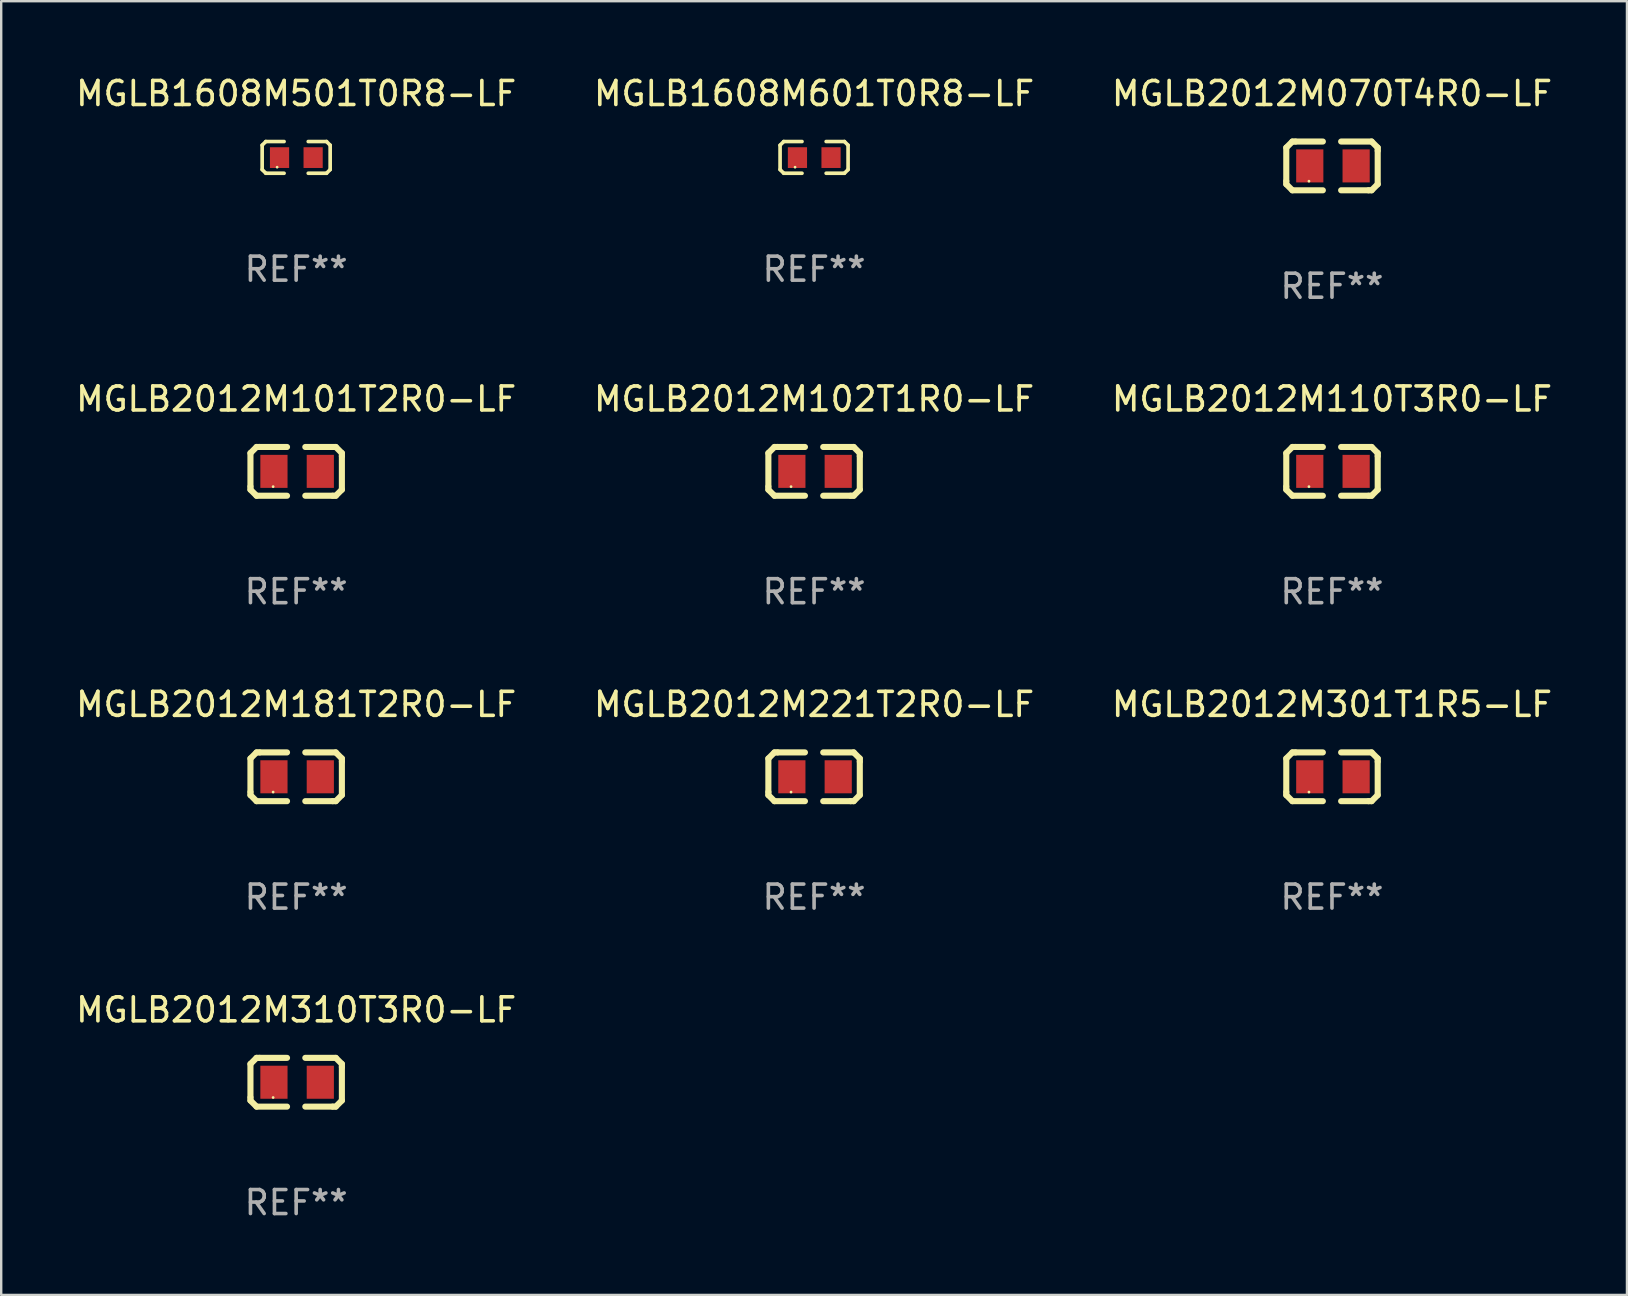
<source format=kicad_pcb>
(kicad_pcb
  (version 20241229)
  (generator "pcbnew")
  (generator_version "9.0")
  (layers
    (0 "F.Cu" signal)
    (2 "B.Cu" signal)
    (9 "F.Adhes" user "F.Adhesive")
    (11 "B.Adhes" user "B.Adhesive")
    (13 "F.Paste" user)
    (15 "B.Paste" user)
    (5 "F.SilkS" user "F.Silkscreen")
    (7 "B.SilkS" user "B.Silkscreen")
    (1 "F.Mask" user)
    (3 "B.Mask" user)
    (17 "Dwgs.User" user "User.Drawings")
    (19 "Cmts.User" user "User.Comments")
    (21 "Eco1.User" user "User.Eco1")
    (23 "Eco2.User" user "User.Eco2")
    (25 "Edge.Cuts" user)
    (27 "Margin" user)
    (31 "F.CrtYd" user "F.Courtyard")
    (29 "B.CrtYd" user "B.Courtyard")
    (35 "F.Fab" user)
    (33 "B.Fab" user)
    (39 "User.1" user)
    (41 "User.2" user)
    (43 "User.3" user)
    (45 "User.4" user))
  (footprint "MGLB2012M102T1R0-LF"
    (layer "F.Cu")
    (at 30.875 16.593)
    (property "Reference" "MGLB2012M102T1R0-LF" (at 0 -3.016 0) (layer "F.SilkS") (effects (font (size 1 1) (thickness 0.15))))
    (attr through_hole)
    (fp_line (start -1.905 -0.762) (end -1.905 0.635) (stroke (width 0.254) (type solid)) (layer "F.SilkS"))
    (fp_line (start -1.905 0.635) (end -1.905 0.762) (stroke (width 0.254) (type solid)) (layer "F.SilkS"))
    (fp_line (start -1.905 0.762) (end -1.651 1.016) (stroke (width 0.254) (type solid)) (layer "F.SilkS"))
    (fp_line (start -1.651 -1.016) (end -1.905 -0.762) (stroke (width 0.254) (type solid)) (layer "F.SilkS"))
    (fp_line (start -1.651 1.016) (end -0.381 1.016) (stroke (width 0.254) (type solid)) (layer "F.SilkS"))
    (fp_line (start -1.524 -1.016) (end -1.651 -1.016) (stroke (width 0.254) (type solid)) (layer "F.SilkS"))
    (fp_line (start -0.381 -1.016) (end -1.524 -1.016) (stroke (width 0.254) (type solid)) (layer "F.SilkS"))
    (fp_line (start 0.381 1.016) (end 1.524 1.016) (stroke (width 0.254) (type solid)) (layer "F.SilkS"))
    (fp_line (start 1.524 1.016) (end 1.651 1.016) (stroke (width 0.254) (type solid)) (layer "F.SilkS"))
    (fp_line (start 1.651 -1.016) (end 0.381 -1.016) (stroke (width 0.254) (type solid)) (layer "F.SilkS"))
    (fp_line (start 1.651 1.016) (end 1.905 0.762) (stroke (width 0.254) (type solid)) (layer "F.SilkS"))
    (fp_line (start 1.905 -0.762) (end 1.651 -1.016) (stroke (width 0.254) (type solid)) (layer "F.SilkS"))
    (fp_line (start 1.905 -0.635) (end 1.905 -0.762) (stroke (width 0.254) (type solid)) (layer "F.SilkS"))
    (fp_line (start 1.905 0.762) (end 1.905 -0.635) (stroke (width 0.254) (type solid)) (layer "F.SilkS"))
    (fp_circle (center -0.96 0.637) (end -0.93 0.637) (stroke (width 0.06) (type solid)) (fill no) (layer "F.SilkS"))
    (fp_text user "REF**" (at 0 5.016 0) (layer "F.Fab") (effects (font (size 1 1) (thickness 0.15))))
    (pad "1" smd rect (at -0.926 -0.000051) (size 1.133 1.377) (layers "F.Cu" "F.Mask" "F.Paste"))
    (pad "2" smd rect (at 1.006 -0.000051) (size 1.133 1.377) (layers "F.Cu" "F.Mask" "F.Paste")))
  (footprint "MGLB2012M310T3R0-LF"
    (layer "F.Cu")
    (at 9.292 42.05)
    (property "Reference" "MGLB2012M310T3R0-LF" (at 0 -3.016 0) (layer "F.SilkS") (effects (font (size 1 1) (thickness 0.15))))
    (attr through_hole)
    (fp_line (start -1.905 -0.762) (end -1.905 0.635) (stroke (width 0.254) (type solid)) (layer "F.SilkS"))
    (fp_line (start -1.905 0.635) (end -1.905 0.762) (stroke (width 0.254) (type solid)) (layer "F.SilkS"))
    (fp_line (start -1.905 0.762) (end -1.651 1.016) (stroke (width 0.254) (type solid)) (layer "F.SilkS"))
    (fp_line (start -1.651 -1.016) (end -1.905 -0.762) (stroke (width 0.254) (type solid)) (layer "F.SilkS"))
    (fp_line (start -1.651 1.016) (end -0.381 1.016) (stroke (width 0.254) (type solid)) (layer "F.SilkS"))
    (fp_line (start -1.524 -1.016) (end -1.651 -1.016) (stroke (width 0.254) (type solid)) (layer "F.SilkS"))
    (fp_line (start -0.381 -1.016) (end -1.524 -1.016) (stroke (width 0.254) (type solid)) (layer "F.SilkS"))
    (fp_line (start 0.381 1.016) (end 1.524 1.016) (stroke (width 0.254) (type solid)) (layer "F.SilkS"))
    (fp_line (start 1.524 1.016) (end 1.651 1.016) (stroke (width 0.254) (type solid)) (layer "F.SilkS"))
    (fp_line (start 1.651 -1.016) (end 0.381 -1.016) (stroke (width 0.254) (type solid)) (layer "F.SilkS"))
    (fp_line (start 1.651 1.016) (end 1.905 0.762) (stroke (width 0.254) (type solid)) (layer "F.SilkS"))
    (fp_line (start 1.905 -0.762) (end 1.651 -1.016) (stroke (width 0.254) (type solid)) (layer "F.SilkS"))
    (fp_line (start 1.905 -0.635) (end 1.905 -0.762) (stroke (width 0.254) (type solid)) (layer "F.SilkS"))
    (fp_line (start 1.905 0.762) (end 1.905 -0.635) (stroke (width 0.254) (type solid)) (layer "F.SilkS"))
    (fp_circle (center -0.96 0.637) (end -0.93 0.637) (stroke (width 0.06) (type solid)) (fill no) (layer "F.SilkS"))
    (fp_text user "REF**" (at 0 5.016 0) (layer "F.Fab") (effects (font (size 1 1) (thickness 0.15))))
    (pad "1" smd rect (at -0.926 -0.000051) (size 1.133 1.377) (layers "F.Cu" "F.Mask" "F.Paste"))
    (pad "2" smd rect (at 1.006 -0.000051) (size 1.133 1.377) (layers "F.Cu" "F.Mask" "F.Paste")))
  (footprint "MGLB2012M110T3R0-LF"
    (layer "F.Cu")
    (at 52.458 16.593)
    (property "Reference" "MGLB2012M110T3R0-LF" (at 0 -3.016 0) (layer "F.SilkS") (effects (font (size 1 1) (thickness 0.15))))
    (attr through_hole)
    (fp_line (start -1.905 -0.762) (end -1.905 0.635) (stroke (width 0.254) (type solid)) (layer "F.SilkS"))
    (fp_line (start -1.905 0.635) (end -1.905 0.762) (stroke (width 0.254) (type solid)) (layer "F.SilkS"))
    (fp_line (start -1.905 0.762) (end -1.651 1.016) (stroke (width 0.254) (type solid)) (layer "F.SilkS"))
    (fp_line (start -1.651 -1.016) (end -1.905 -0.762) (stroke (width 0.254) (type solid)) (layer "F.SilkS"))
    (fp_line (start -1.651 1.016) (end -0.381 1.016) (stroke (width 0.254) (type solid)) (layer "F.SilkS"))
    (fp_line (start -1.524 -1.016) (end -1.651 -1.016) (stroke (width 0.254) (type solid)) (layer "F.SilkS"))
    (fp_line (start -0.381 -1.016) (end -1.524 -1.016) (stroke (width 0.254) (type solid)) (layer "F.SilkS"))
    (fp_line (start 0.381 1.016) (end 1.524 1.016) (stroke (width 0.254) (type solid)) (layer "F.SilkS"))
    (fp_line (start 1.524 1.016) (end 1.651 1.016) (stroke (width 0.254) (type solid)) (layer "F.SilkS"))
    (fp_line (start 1.651 -1.016) (end 0.381 -1.016) (stroke (width 0.254) (type solid)) (layer "F.SilkS"))
    (fp_line (start 1.651 1.016) (end 1.905 0.762) (stroke (width 0.254) (type solid)) (layer "F.SilkS"))
    (fp_line (start 1.905 -0.762) (end 1.651 -1.016) (stroke (width 0.254) (type solid)) (layer "F.SilkS"))
    (fp_line (start 1.905 -0.635) (end 1.905 -0.762) (stroke (width 0.254) (type solid)) (layer "F.SilkS"))
    (fp_line (start 1.905 0.762) (end 1.905 -0.635) (stroke (width 0.254) (type solid)) (layer "F.SilkS"))
    (fp_circle (center -0.96 0.637) (end -0.93 0.637) (stroke (width 0.06) (type solid)) (fill no) (layer "F.SilkS"))
    (fp_text user "REF**" (at 0 5.016 0) (layer "F.Fab") (effects (font (size 1 1) (thickness 0.15))))
    (pad "1" smd rect (at -0.926 -0.000051) (size 1.133 1.377) (layers "F.Cu" "F.Mask" "F.Paste"))
    (pad "2" smd rect (at 1.006 -0.000051) (size 1.133 1.377) (layers "F.Cu" "F.Mask" "F.Paste")))
  (footprint "MGLB1608M501T0R8-LF"
    (layer "F.Cu")
    (at 9.292 3.509)
    (property "Reference" "MGLB1608M501T0R8-LF" (at 0 -2.661 0) (layer "F.SilkS") (effects (font (size 1 1) (thickness 0.15))))
    (attr through_hole)
    (fp_line (start -1.417 -0.508) (end -1.265 -0.661) (stroke (width 0.152) (type solid)) (layer "F.SilkS"))
    (fp_line (start -1.417 0.508) (end -1.417 -0.508) (stroke (width 0.152) (type solid)) (layer "F.SilkS"))
    (fp_line (start -1.265 -0.661) (end -0.503 -0.661) (stroke (width 0.152) (type solid)) (layer "F.SilkS"))
    (fp_line (start -1.265 0.661) (end -1.417 0.508) (stroke (width 0.152) (type solid)) (layer "F.SilkS"))
    (fp_line (start -1.265 0.661) (end -0.503 0.661) (stroke (width 0.152) (type solid)) (layer "F.SilkS"))
    (fp_line (start 1.265 -0.661) (end 0.503 -0.661) (stroke (width 0.152) (type solid)) (layer "F.SilkS"))
    (fp_line (start 1.265 -0.661) (end 1.417 -0.508) (stroke (width 0.152) (type solid)) (layer "F.SilkS"))
    (fp_line (start 1.265 0.661) (end 0.503 0.661) (stroke (width 0.152) (type solid)) (layer "F.SilkS"))
    (fp_line (start 1.417 -0.508) (end 1.417 0.508) (stroke (width 0.152) (type solid)) (layer "F.SilkS"))
    (fp_line (start 1.417 0.508) (end 1.265 0.661) (stroke (width 0.152) (type solid)) (layer "F.SilkS"))
    (fp_circle (center -0.793 0.409) (end -0.763 0.409) (stroke (width 0.06) (type solid)) (fill no) (layer "F.SilkS"))
    (fp_text user "REF**" (at 0 4.661 0) (layer "F.Fab") (effects (font (size 1 1) (thickness 0.15))))
    (pad "1" smd rect (at -0.693 0.009 180) (size 0.8 0.864) (layers "F.Cu" "F.Mask" "F.Paste"))
    (pad "2" smd rect (at 0.707 0.009 180) (size 0.8 0.864) (layers "F.Cu" "F.Mask" "F.Paste")))
  (footprint "MGLB2012M181T2R0-LF"
    (layer "F.Cu")
    (at 9.292 29.321)
    (property "Reference" "MGLB2012M181T2R0-LF" (at 0 -3.016 0) (layer "F.SilkS") (effects (font (size 1 1) (thickness 0.15))))
    (attr through_hole)
    (fp_line (start -1.905 -0.762) (end -1.905 0.635) (stroke (width 0.254) (type solid)) (layer "F.SilkS"))
    (fp_line (start -1.905 0.635) (end -1.905 0.762) (stroke (width 0.254) (type solid)) (layer "F.SilkS"))
    (fp_line (start -1.905 0.762) (end -1.651 1.016) (stroke (width 0.254) (type solid)) (layer "F.SilkS"))
    (fp_line (start -1.651 -1.016) (end -1.905 -0.762) (stroke (width 0.254) (type solid)) (layer "F.SilkS"))
    (fp_line (start -1.651 1.016) (end -0.381 1.016) (stroke (width 0.254) (type solid)) (layer "F.SilkS"))
    (fp_line (start -1.524 -1.016) (end -1.651 -1.016) (stroke (width 0.254) (type solid)) (layer "F.SilkS"))
    (fp_line (start -0.381 -1.016) (end -1.524 -1.016) (stroke (width 0.254) (type solid)) (layer "F.SilkS"))
    (fp_line (start 0.381 1.016) (end 1.524 1.016) (stroke (width 0.254) (type solid)) (layer "F.SilkS"))
    (fp_line (start 1.524 1.016) (end 1.651 1.016) (stroke (width 0.254) (type solid)) (layer "F.SilkS"))
    (fp_line (start 1.651 -1.016) (end 0.381 -1.016) (stroke (width 0.254) (type solid)) (layer "F.SilkS"))
    (fp_line (start 1.651 1.016) (end 1.905 0.762) (stroke (width 0.254) (type solid)) (layer "F.SilkS"))
    (fp_line (start 1.905 -0.762) (end 1.651 -1.016) (stroke (width 0.254) (type solid)) (layer "F.SilkS"))
    (fp_line (start 1.905 -0.635) (end 1.905 -0.762) (stroke (width 0.254) (type solid)) (layer "F.SilkS"))
    (fp_line (start 1.905 0.762) (end 1.905 -0.635) (stroke (width 0.254) (type solid)) (layer "F.SilkS"))
    (fp_circle (center -0.96 0.637) (end -0.93 0.637) (stroke (width 0.06) (type solid)) (fill no) (layer "F.SilkS"))
    (fp_text user "REF**" (at 0 5.016 0) (layer "F.Fab") (effects (font (size 1 1) (thickness 0.15))))
    (pad "1" smd rect (at -0.926 -0.000051) (size 1.133 1.377) (layers "F.Cu" "F.Mask" "F.Paste"))
    (pad "2" smd rect (at 1.006 -0.000051) (size 1.133 1.377) (layers "F.Cu" "F.Mask" "F.Paste")))
  (footprint "MGLB2012M070T4R0-LF"
    (layer "F.Cu")
    (at 52.458 3.864)
    (property "Reference" "MGLB2012M070T4R0-LF" (at 0 -3.016 0) (layer "F.SilkS") (effects (font (size 1 1) (thickness 0.15))))
    (attr through_hole)
    (fp_line (start -1.905 -0.762) (end -1.905 0.635) (stroke (width 0.254) (type solid)) (layer "F.SilkS"))
    (fp_line (start -1.905 0.635) (end -1.905 0.762) (stroke (width 0.254) (type solid)) (layer "F.SilkS"))
    (fp_line (start -1.905 0.762) (end -1.651 1.016) (stroke (width 0.254) (type solid)) (layer "F.SilkS"))
    (fp_line (start -1.651 -1.016) (end -1.905 -0.762) (stroke (width 0.254) (type solid)) (layer "F.SilkS"))
    (fp_line (start -1.651 1.016) (end -0.381 1.016) (stroke (width 0.254) (type solid)) (layer "F.SilkS"))
    (fp_line (start -1.524 -1.016) (end -1.651 -1.016) (stroke (width 0.254) (type solid)) (layer "F.SilkS"))
    (fp_line (start -0.381 -1.016) (end -1.524 -1.016) (stroke (width 0.254) (type solid)) (layer "F.SilkS"))
    (fp_line (start 0.381 1.016) (end 1.524 1.016) (stroke (width 0.254) (type solid)) (layer "F.SilkS"))
    (fp_line (start 1.524 1.016) (end 1.651 1.016) (stroke (width 0.254) (type solid)) (layer "F.SilkS"))
    (fp_line (start 1.651 -1.016) (end 0.381 -1.016) (stroke (width 0.254) (type solid)) (layer "F.SilkS"))
    (fp_line (start 1.651 1.016) (end 1.905 0.762) (stroke (width 0.254) (type solid)) (layer "F.SilkS"))
    (fp_line (start 1.905 -0.762) (end 1.651 -1.016) (stroke (width 0.254) (type solid)) (layer "F.SilkS"))
    (fp_line (start 1.905 -0.635) (end 1.905 -0.762) (stroke (width 0.254) (type solid)) (layer "F.SilkS"))
    (fp_line (start 1.905 0.762) (end 1.905 -0.635) (stroke (width 0.254) (type solid)) (layer "F.SilkS"))
    (fp_circle (center -0.96 0.637) (end -0.93 0.637) (stroke (width 0.06) (type solid)) (fill no) (layer "F.SilkS"))
    (fp_text user "REF**" (at 0 5.016 0) (layer "F.Fab") (effects (font (size 1 1) (thickness 0.15))))
    (pad "1" smd rect (at -0.926 -0.000051) (size 1.133 1.377) (layers "F.Cu" "F.Mask" "F.Paste"))
    (pad "2" smd rect (at 1.006 -0.000051) (size 1.133 1.377) (layers "F.Cu" "F.Mask" "F.Paste")))
  (footprint "MGLB2012M221T2R0-LF"
    (layer "F.Cu")
    (at 30.875 29.321)
    (property "Reference" "MGLB2012M221T2R0-LF" (at 0 -3.016 0) (layer "F.SilkS") (effects (font (size 1 1) (thickness 0.15))))
    (attr through_hole)
    (fp_line (start -1.905 -0.762) (end -1.905 0.635) (stroke (width 0.254) (type solid)) (layer "F.SilkS"))
    (fp_line (start -1.905 0.635) (end -1.905 0.762) (stroke (width 0.254) (type solid)) (layer "F.SilkS"))
    (fp_line (start -1.905 0.762) (end -1.651 1.016) (stroke (width 0.254) (type solid)) (layer "F.SilkS"))
    (fp_line (start -1.651 -1.016) (end -1.905 -0.762) (stroke (width 0.254) (type solid)) (layer "F.SilkS"))
    (fp_line (start -1.651 1.016) (end -0.381 1.016) (stroke (width 0.254) (type solid)) (layer "F.SilkS"))
    (fp_line (start -1.524 -1.016) (end -1.651 -1.016) (stroke (width 0.254) (type solid)) (layer "F.SilkS"))
    (fp_line (start -0.381 -1.016) (end -1.524 -1.016) (stroke (width 0.254) (type solid)) (layer "F.SilkS"))
    (fp_line (start 0.381 1.016) (end 1.524 1.016) (stroke (width 0.254) (type solid)) (layer "F.SilkS"))
    (fp_line (start 1.524 1.016) (end 1.651 1.016) (stroke (width 0.254) (type solid)) (layer "F.SilkS"))
    (fp_line (start 1.651 -1.016) (end 0.381 -1.016) (stroke (width 0.254) (type solid)) (layer "F.SilkS"))
    (fp_line (start 1.651 1.016) (end 1.905 0.762) (stroke (width 0.254) (type solid)) (layer "F.SilkS"))
    (fp_line (start 1.905 -0.762) (end 1.651 -1.016) (stroke (width 0.254) (type solid)) (layer "F.SilkS"))
    (fp_line (start 1.905 -0.635) (end 1.905 -0.762) (stroke (width 0.254) (type solid)) (layer "F.SilkS"))
    (fp_line (start 1.905 0.762) (end 1.905 -0.635) (stroke (width 0.254) (type solid)) (layer "F.SilkS"))
    (fp_circle (center -0.96 0.637) (end -0.93 0.637) (stroke (width 0.06) (type solid)) (fill no) (layer "F.SilkS"))
    (fp_text user "REF**" (at 0 5.016 0) (layer "F.Fab") (effects (font (size 1 1) (thickness 0.15))))
    (pad "1" smd rect (at -0.926 -0.000051) (size 1.133 1.377) (layers "F.Cu" "F.Mask" "F.Paste"))
    (pad "2" smd rect (at 1.006 -0.000051) (size 1.133 1.377) (layers "F.Cu" "F.Mask" "F.Paste")))
  (footprint "MGLB2012M101T2R0-LF"
    (layer "F.Cu")
    (at 9.292 16.593)
    (property "Reference" "MGLB2012M101T2R0-LF" (at 0 -3.016 0) (layer "F.SilkS") (effects (font (size 1 1) (thickness 0.15))))
    (attr through_hole)
    (fp_line (start -1.905 -0.762) (end -1.905 0.635) (stroke (width 0.254) (type solid)) (layer "F.SilkS"))
    (fp_line (start -1.905 0.635) (end -1.905 0.762) (stroke (width 0.254) (type solid)) (layer "F.SilkS"))
    (fp_line (start -1.905 0.762) (end -1.651 1.016) (stroke (width 0.254) (type solid)) (layer "F.SilkS"))
    (fp_line (start -1.651 -1.016) (end -1.905 -0.762) (stroke (width 0.254) (type solid)) (layer "F.SilkS"))
    (fp_line (start -1.651 1.016) (end -0.381 1.016) (stroke (width 0.254) (type solid)) (layer "F.SilkS"))
    (fp_line (start -1.524 -1.016) (end -1.651 -1.016) (stroke (width 0.254) (type solid)) (layer "F.SilkS"))
    (fp_line (start -0.381 -1.016) (end -1.524 -1.016) (stroke (width 0.254) (type solid)) (layer "F.SilkS"))
    (fp_line (start 0.381 1.016) (end 1.524 1.016) (stroke (width 0.254) (type solid)) (layer "F.SilkS"))
    (fp_line (start 1.524 1.016) (end 1.651 1.016) (stroke (width 0.254) (type solid)) (layer "F.SilkS"))
    (fp_line (start 1.651 -1.016) (end 0.381 -1.016) (stroke (width 0.254) (type solid)) (layer "F.SilkS"))
    (fp_line (start 1.651 1.016) (end 1.905 0.762) (stroke (width 0.254) (type solid)) (layer "F.SilkS"))
    (fp_line (start 1.905 -0.762) (end 1.651 -1.016) (stroke (width 0.254) (type solid)) (layer "F.SilkS"))
    (fp_line (start 1.905 -0.635) (end 1.905 -0.762) (stroke (width 0.254) (type solid)) (layer "F.SilkS"))
    (fp_line (start 1.905 0.762) (end 1.905 -0.635) (stroke (width 0.254) (type solid)) (layer "F.SilkS"))
    (fp_circle (center -0.96 0.637) (end -0.93 0.637) (stroke (width 0.06) (type solid)) (fill no) (layer "F.SilkS"))
    (fp_text user "REF**" (at 0 5.016 0) (layer "F.Fab") (effects (font (size 1 1) (thickness 0.15))))
    (pad "1" smd rect (at -0.926 -0.000051) (size 1.133 1.377) (layers "F.Cu" "F.Mask" "F.Paste"))
    (pad "2" smd rect (at 1.006 -0.000051) (size 1.133 1.377) (layers "F.Cu" "F.Mask" "F.Paste")))
  (footprint "MGLB1608M601T0R8-LF"
    (layer "F.Cu")
    (at 30.875 3.509)
    (property "Reference" "MGLB1608M601T0R8-LF" (at 0 -2.661 0) (layer "F.SilkS") (effects (font (size 1 1) (thickness 0.15))))
    (attr through_hole)
    (fp_line (start -1.417 -0.508) (end -1.265 -0.661) (stroke (width 0.152) (type solid)) (layer "F.SilkS"))
    (fp_line (start -1.417 0.508) (end -1.417 -0.508) (stroke (width 0.152) (type solid)) (layer "F.SilkS"))
    (fp_line (start -1.265 -0.661) (end -0.503 -0.661) (stroke (width 0.152) (type solid)) (layer "F.SilkS"))
    (fp_line (start -1.265 0.661) (end -1.417 0.508) (stroke (width 0.152) (type solid)) (layer "F.SilkS"))
    (fp_line (start -1.265 0.661) (end -0.503 0.661) (stroke (width 0.152) (type solid)) (layer "F.SilkS"))
    (fp_line (start 1.265 -0.661) (end 0.503 -0.661) (stroke (width 0.152) (type solid)) (layer "F.SilkS"))
    (fp_line (start 1.265 -0.661) (end 1.417 -0.508) (stroke (width 0.152) (type solid)) (layer "F.SilkS"))
    (fp_line (start 1.265 0.661) (end 0.503 0.661) (stroke (width 0.152) (type solid)) (layer "F.SilkS"))
    (fp_line (start 1.417 -0.508) (end 1.417 0.508) (stroke (width 0.152) (type solid)) (layer "F.SilkS"))
    (fp_line (start 1.417 0.508) (end 1.265 0.661) (stroke (width 0.152) (type solid)) (layer "F.SilkS"))
    (fp_circle (center -0.793 0.409) (end -0.763 0.409) (stroke (width 0.06) (type solid)) (fill no) (layer "F.SilkS"))
    (fp_text user "REF**" (at 0 4.661 0) (layer "F.Fab") (effects (font (size 1 1) (thickness 0.15))))
    (pad "1" smd rect (at -0.693 0.009 180) (size 0.8 0.864) (layers "F.Cu" "F.Mask" "F.Paste"))
    (pad "2" smd rect (at 0.707 0.009 180) (size 0.8 0.864) (layers "F.Cu" "F.Mask" "F.Paste")))
  (footprint "MGLB2012M301T1R5-LF"
    (layer "F.Cu")
    (at 52.458 29.321)
    (property "Reference" "MGLB2012M301T1R5-LF" (at 0 -3.016 0) (layer "F.SilkS") (effects (font (size 1 1) (thickness 0.15))))
    (attr through_hole)
    (fp_line (start -1.905 -0.762) (end -1.905 0.635) (stroke (width 0.254) (type solid)) (layer "F.SilkS"))
    (fp_line (start -1.905 0.635) (end -1.905 0.762) (stroke (width 0.254) (type solid)) (layer "F.SilkS"))
    (fp_line (start -1.905 0.762) (end -1.651 1.016) (stroke (width 0.254) (type solid)) (layer "F.SilkS"))
    (fp_line (start -1.651 -1.016) (end -1.905 -0.762) (stroke (width 0.254) (type solid)) (layer "F.SilkS"))
    (fp_line (start -1.651 1.016) (end -0.381 1.016) (stroke (width 0.254) (type solid)) (layer "F.SilkS"))
    (fp_line (start -1.524 -1.016) (end -1.651 -1.016) (stroke (width 0.254) (type solid)) (layer "F.SilkS"))
    (fp_line (start -0.381 -1.016) (end -1.524 -1.016) (stroke (width 0.254) (type solid)) (layer "F.SilkS"))
    (fp_line (start 0.381 1.016) (end 1.524 1.016) (stroke (width 0.254) (type solid)) (layer "F.SilkS"))
    (fp_line (start 1.524 1.016) (end 1.651 1.016) (stroke (width 0.254) (type solid)) (layer "F.SilkS"))
    (fp_line (start 1.651 -1.016) (end 0.381 -1.016) (stroke (width 0.254) (type solid)) (layer "F.SilkS"))
    (fp_line (start 1.651 1.016) (end 1.905 0.762) (stroke (width 0.254) (type solid)) (layer "F.SilkS"))
    (fp_line (start 1.905 -0.762) (end 1.651 -1.016) (stroke (width 0.254) (type solid)) (layer "F.SilkS"))
    (fp_line (start 1.905 -0.635) (end 1.905 -0.762) (stroke (width 0.254) (type solid)) (layer "F.SilkS"))
    (fp_line (start 1.905 0.762) (end 1.905 -0.635) (stroke (width 0.254) (type solid)) (layer "F.SilkS"))
    (fp_circle (center -0.96 0.637) (end -0.93 0.637) (stroke (width 0.06) (type solid)) (fill no) (layer "F.SilkS"))
    (fp_text user "REF**" (at 0 5.016 0) (layer "F.Fab") (effects (font (size 1 1) (thickness 0.15))))
    (pad "1" smd rect (at -0.926 -0.000051) (size 1.133 1.377) (layers "F.Cu" "F.Mask" "F.Paste"))
    (pad "2" smd rect (at 1.006 -0.000051) (size 1.133 1.377) (layers "F.Cu" "F.Mask" "F.Paste")))
  (gr_rect
    (start -3 -3)
    (end 64.75 50.914)
    (stroke (width 0.1) (type default))
    (fill no)
    (layer "Edge.Cuts")))
</source>
